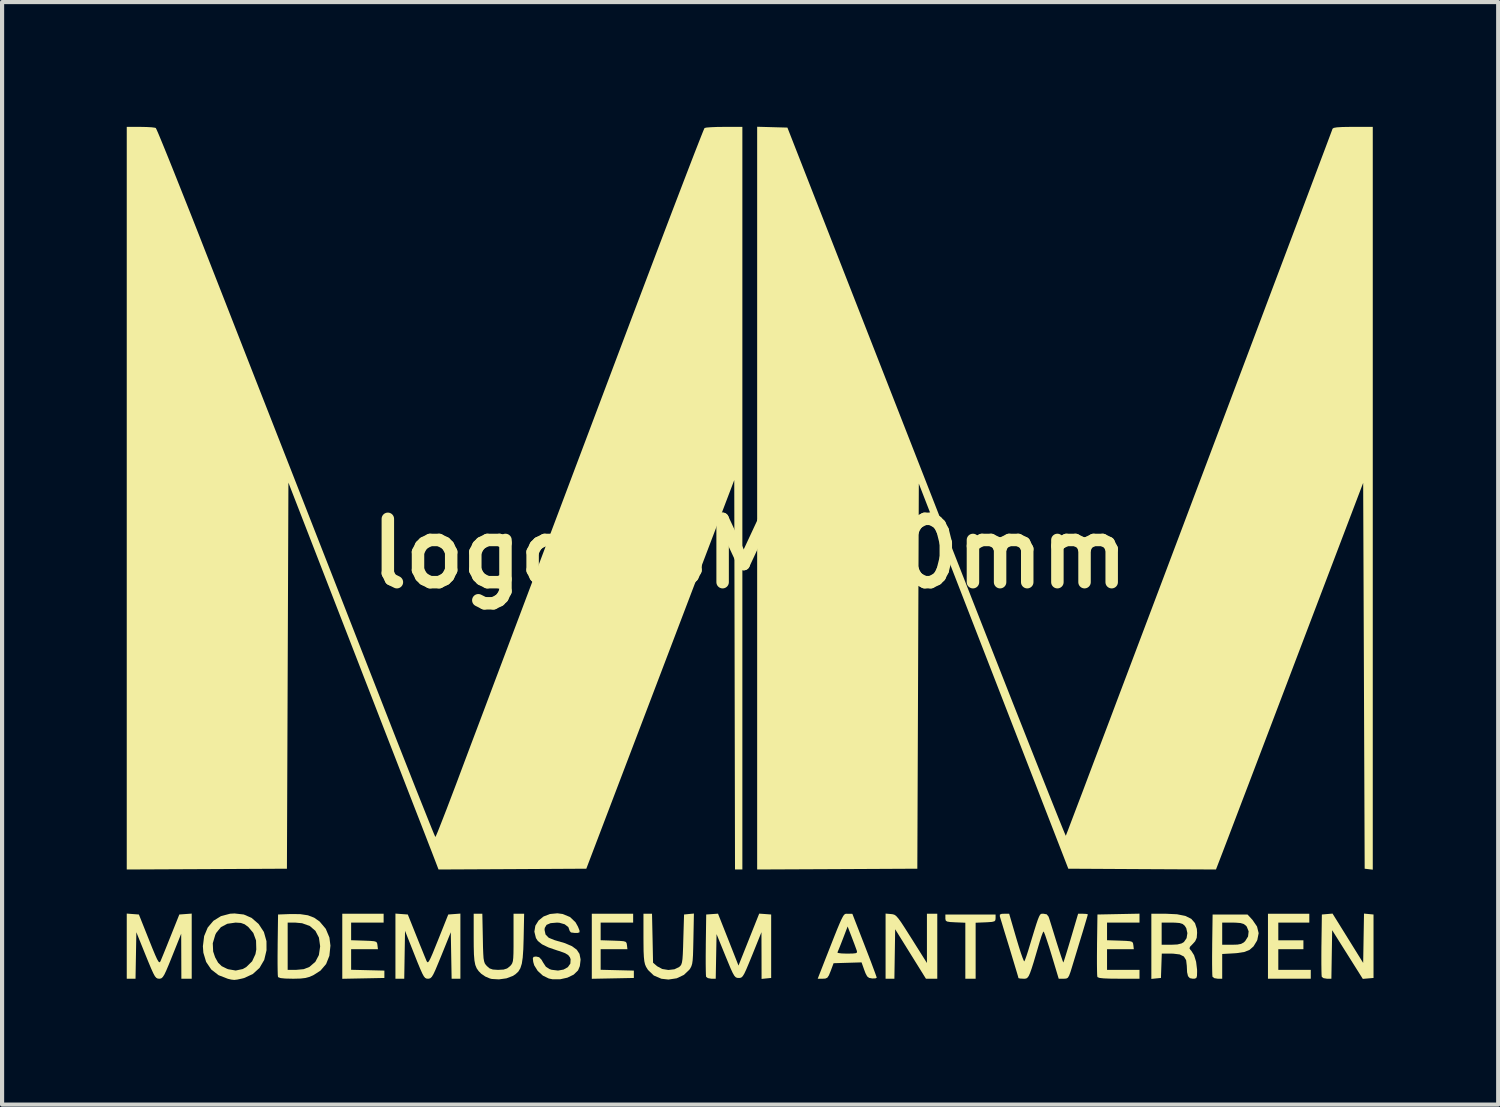
<source format=kicad_pcb>
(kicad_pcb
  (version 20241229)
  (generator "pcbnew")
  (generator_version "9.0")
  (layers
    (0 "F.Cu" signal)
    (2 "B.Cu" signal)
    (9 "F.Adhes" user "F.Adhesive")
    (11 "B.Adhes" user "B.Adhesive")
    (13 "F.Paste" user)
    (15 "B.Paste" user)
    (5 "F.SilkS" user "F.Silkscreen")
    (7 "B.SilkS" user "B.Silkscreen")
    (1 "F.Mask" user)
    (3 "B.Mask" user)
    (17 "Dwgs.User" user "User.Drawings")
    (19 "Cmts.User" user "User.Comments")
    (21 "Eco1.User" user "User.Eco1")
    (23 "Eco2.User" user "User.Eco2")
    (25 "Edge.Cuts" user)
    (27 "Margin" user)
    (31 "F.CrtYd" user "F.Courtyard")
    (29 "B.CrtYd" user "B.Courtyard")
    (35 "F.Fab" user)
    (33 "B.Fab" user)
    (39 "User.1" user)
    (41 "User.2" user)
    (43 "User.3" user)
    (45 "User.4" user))
  (footprint "logoMoMu30mm"
    (layer "F.Cu")
    (at 14.991 10.269)
    (property "Reference" "logoMoMu30mm" (at 0 0 0) (layer "F.SilkS") (effects (font (size 1.524 1.524) (thickness 0.3))))
    (attr board_only exclude_from_pos_files exclude_from_bom)
    (fp_poly (pts (xy 13.464 8.881) (xy 12.718 8.881) (xy 12.718 9.307) (xy 13.322 9.307) (xy 13.322 9.521) (xy 12.718 9.521) (xy 12.718 10.018) (xy 13.499 10.018) (xy 13.499 10.231) (xy 12.469 10.231) (xy 12.469 8.668) (xy 13.464 8.668)) (stroke (width 0) (type solid)) (fill yes) (layer "F.SilkS"))
    (fp_poly (pts (xy 3.399 8.675) (xy 3.445 8.681) (xy 3.486 8.695) (xy 3.527 8.726) (xy 3.576 8.782) (xy 3.64 8.87) (xy 3.725 9) (xy 3.838 9.178) (xy 3.896 9.269) (xy 4.263 9.853) (xy 4.263 8.668) (xy 4.512 8.668) (xy 4.512 10.231) (xy 4.239 10.231) (xy 3.499 9.041) (xy 3.48 10.231) (xy 3.268 10.231) (xy 3.268 8.664)) (stroke (width 0) (type solid)) (fill yes) (layer "F.SilkS"))
    (fp_poly (pts (xy 5.915 8.775) (xy 5.91 8.822) (xy 5.887 8.849) (xy 5.829 8.864) (xy 5.72 8.872) (xy 5.675 8.874) (xy 5.435 8.884) (xy 5.435 10.231) (xy 5.187 10.231) (xy 5.187 8.884) (xy 4.947 8.874) (xy 4.82 8.867) (xy 4.748 8.855) (xy 4.716 8.832) (xy 4.707 8.791) (xy 4.707 8.775) (xy 4.707 8.686) (xy 5.915 8.686)) (stroke (width 0) (type solid)) (fill yes) (layer "F.SilkS"))
    (fp_poly (pts (xy -8.81 8.881) (xy -9.592 8.881) (xy -9.592 9.305) (xy -9.281 9.315) (xy -9.132 9.321) (xy -9.04 9.329) (xy -8.99 9.344) (xy -8.968 9.372) (xy -8.959 9.417) (xy -8.959 9.423) (xy -8.947 9.521) (xy -9.592 9.521) (xy -9.592 10.016) (xy -9.192 10.026) (xy -8.792 10.036) (xy -8.792 10.213) (xy -9.299 10.223) (xy -9.805 10.233) (xy -9.805 8.668) (xy -8.81 8.668)) (stroke (width 0) (type solid)) (fill yes) (layer "F.SilkS"))
    (fp_poly (pts (xy -2.806 8.881) (xy -3.588 8.881) (xy -3.588 9.305) (xy -3.277 9.315) (xy -3.128 9.321) (xy -3.036 9.329) (xy -2.986 9.344) (xy -2.964 9.372) (xy -2.956 9.417) (xy -2.955 9.423) (xy -2.944 9.521) (xy -3.588 9.521) (xy -3.588 10.016) (xy -3.188 10.026) (xy -2.789 10.036) (xy -2.789 10.213) (xy -3.295 10.223) (xy -3.801 10.233) (xy -3.801 8.668) (xy -2.806 8.668)) (stroke (width 0) (type solid)) (fill yes) (layer "F.SilkS"))
    (fp_poly (pts (xy 14.895 8.675) (xy 15.009 8.686) (xy 15.009 10.213) (xy 14.88 10.224) (xy 14.751 10.235) (xy 14.014 9.064) (xy 13.995 10.231) (xy 13.888 10.231) (xy 13.807 10.218) (xy 13.764 10.186) (xy 13.759 10.138) (xy 13.756 10.03) (xy 13.754 9.874) (xy 13.754 9.682) (xy 13.755 9.464) (xy 13.756 9.413) (xy 13.766 8.686) (xy 13.894 8.675) (xy 14.023 8.664) (xy 14.392 9.258) (xy 14.76 9.851) (xy 14.78 8.664)) (stroke (width 0) (type solid)) (fill yes) (layer "F.SilkS"))
    (fp_poly (pts (xy 9.378 8.881) (xy 8.597 8.881) (xy 8.597 9.305) (xy 8.908 9.315) (xy 9.057 9.321) (xy 9.149 9.329) (xy 9.199 9.344) (xy 9.221 9.372) (xy 9.229 9.417) (xy 9.23 9.423) (xy 9.241 9.521) (xy 8.597 9.521) (xy 8.597 10.018) (xy 9.378 10.018) (xy 9.378 10.231) (xy 8.88 10.231) (xy 8.667 10.229) (xy 8.517 10.223) (xy 8.421 10.213) (xy 8.373 10.196) (xy 8.364 10.186) (xy 8.359 10.138) (xy 8.356 10.03) (xy 8.354 9.874) (xy 8.354 9.682) (xy 8.356 9.464) (xy 8.356 9.413) (xy 8.366 8.686) (xy 8.872 8.676) (xy 9.378 8.666)) (stroke (width 0) (type solid)) (fill yes) (layer "F.SilkS"))
    (fp_poly (pts (xy 0.371 8.675) (xy 0.515 8.686) (xy 0.515 10.213) (xy 0.4 10.224) (xy 0.284 10.236) (xy 0.283 9.674) (xy 0.281 9.112) (xy 0.059 9.663) (xy -0.024 9.865) (xy -0.085 10.01) (xy -0.131 10.108) (xy -0.168 10.169) (xy -0.2 10.2) (xy -0.234 10.212) (xy -0.266 10.213) (xy -0.306 10.21) (xy -0.339 10.195) (xy -0.372 10.159) (xy -0.411 10.091) (xy -0.461 9.983) (xy -0.527 9.824) (xy -0.584 9.686) (xy -0.799 9.158) (xy -0.819 10.231) (xy -0.926 10.231) (xy -1.007 10.217) (xy -1.05 10.186) (xy -1.055 10.138) (xy -1.058 10.03) (xy -1.06 9.874) (xy -1.06 9.682) (xy -1.058 9.464) (xy -1.058 9.413) (xy -1.048 8.686) (xy -0.764 8.666) (xy -0.517 9.29) (xy -0.271 9.915) (xy -0.022 9.29) (xy 0.227 8.665)) (stroke (width 0) (type solid)) (fill yes) (layer "F.SilkS"))
    (fp_poly (pts (xy -6.963 10.231) (xy -7.174 10.231) (xy -7.194 9.113) (xy -7.42 9.672) (xy -7.504 9.876) (xy -7.566 10.024) (xy -7.613 10.124) (xy -7.65 10.185) (xy -7.683 10.217) (xy -7.716 10.229) (xy -7.743 10.231) (xy -7.779 10.228) (xy -7.811 10.211) (xy -7.843 10.173) (xy -7.881 10.103) (xy -7.93 9.993) (xy -7.996 9.834) (xy -8.067 9.655) (xy -8.295 9.079) (xy -8.314 10.231) (xy -8.526 10.231) (xy -8.526 8.664) (xy -8.377 8.675) (xy -8.228 8.686) (xy -8.022 9.201) (xy -7.948 9.386) (xy -7.88 9.553) (xy -7.825 9.689) (xy -7.787 9.78) (xy -7.777 9.805) (xy -7.761 9.831) (xy -7.743 9.835) (xy -7.718 9.807) (xy -7.683 9.741) (xy -7.634 9.63) (xy -7.567 9.465) (xy -7.496 9.29) (xy -7.255 8.686) (xy -7.109 8.675) (xy -6.963 8.664)) (stroke (width 0) (type solid)) (fill yes) (layer "F.SilkS"))
    (fp_poly (pts (xy -1.356 9.278) (xy -1.361 9.503) (xy -1.366 9.669) (xy -1.374 9.787) (xy -1.386 9.87) (xy -1.404 9.929) (xy -1.428 9.977) (xy -1.45 10.01) (xy -1.584 10.139) (xy -1.758 10.221) (xy -1.956 10.251) (xy -2.127 10.232) (xy -2.309 10.154) (xy -2.448 10.021) (xy -2.496 9.944) (xy -2.52 9.886) (xy -2.537 9.811) (xy -2.548 9.709) (xy -2.555 9.567) (xy -2.557 9.372) (xy -2.558 9.245) (xy -2.558 8.668) (xy -2.352 8.668) (xy -2.339 9.257) (xy -2.327 9.846) (xy -2.227 9.932) (xy -2.106 9.997) (xy -1.958 10.021) (xy -1.812 10.004) (xy -1.7 9.95) (xy -1.669 9.922) (xy -1.647 9.888) (xy -1.631 9.837) (xy -1.619 9.757) (xy -1.611 9.638) (xy -1.604 9.468) (xy -1.599 9.284) (xy -1.581 8.686) (xy -1.462 8.674) (xy -1.344 8.663)) (stroke (width 0) (type solid)) (fill yes) (layer "F.SilkS"))
    (fp_poly (pts (xy 12.097 8.816) (xy 12.206 8.975) (xy 12.245 9.135) (xy 12.213 9.297) (xy 12.197 9.33) (xy 12.121 9.454) (xy 12.026 9.537) (xy 11.898 9.588) (xy 11.721 9.615) (xy 11.654 9.62) (xy 11.368 9.636) (xy 11.368 10.231) (xy 11.26 10.231) (xy 11.179 10.218) (xy 11.135 10.186) (xy 11.13 10.138) (xy 11.127 10.03) (xy 11.125 9.874) (xy 11.125 9.682) (xy 11.127 9.464) (xy 11.127 9.414) (xy 11.368 9.414) (xy 11.6 9.414) (xy 11.734 9.41) (xy 11.821 9.394) (xy 11.884 9.36) (xy 11.92 9.327) (xy 11.99 9.215) (xy 12.004 9.091) (xy 11.959 8.978) (xy 11.936 8.952) (xy 11.882 8.913) (xy 11.806 8.891) (xy 11.689 8.882) (xy 11.617 8.881) (xy 11.368 8.881) (xy 11.368 9.414) (xy 11.127 9.414) (xy 11.127 9.413) (xy 11.137 8.686) (xy 11.977 8.686)) (stroke (width 0) (type solid)) (fill yes) (layer "F.SilkS"))
    (fp_poly (pts (xy -13.428 10.231) (xy -13.677 10.231) (xy -13.679 9.689) (xy -13.681 9.148) (xy -13.898 9.689) (xy -13.979 9.89) (xy -14.04 10.034) (xy -14.086 10.131) (xy -14.123 10.189) (xy -14.155 10.219) (xy -14.189 10.23) (xy -14.212 10.231) (xy -14.248 10.227) (xy -14.28 10.21) (xy -14.314 10.171) (xy -14.353 10.099) (xy -14.404 9.987) (xy -14.472 9.824) (xy -14.534 9.672) (xy -14.76 9.113) (xy -14.77 9.672) (xy -14.78 10.231) (xy -14.991 10.231) (xy -14.991 8.664) (xy -14.845 8.675) (xy -14.699 8.686) (xy -14.458 9.29) (xy -14.373 9.502) (xy -14.309 9.655) (xy -14.263 9.757) (xy -14.23 9.815) (xy -14.207 9.836) (xy -14.19 9.828) (xy -14.177 9.805) (xy -14.151 9.742) (xy -14.103 9.626) (xy -14.041 9.473) (xy -13.97 9.295) (xy -13.932 9.201) (xy -13.726 8.686) (xy -13.577 8.675) (xy -13.428 8.664)) (stroke (width 0) (type solid)) (fill yes) (layer "F.SilkS"))
    (fp_poly (pts (xy -10.819 8.677) (xy -10.632 8.705) (xy -10.481 8.763) (xy -10.351 8.854) (xy -10.349 8.856) (xy -10.202 9.031) (xy -10.114 9.241) (xy -10.09 9.435) (xy -10.115 9.679) (xy -10.194 9.878) (xy -10.329 10.036) (xy -10.494 10.142) (xy -10.593 10.187) (xy -10.69 10.213) (xy -10.807 10.227) (xy -10.968 10.231) (xy -11.003 10.231) (xy -11.178 10.227) (xy -11.289 10.216) (xy -11.344 10.196) (xy -11.352 10.186) (xy -11.357 10.138) (xy -11.36 10.03) (xy -11.362 9.874) (xy -11.362 9.682) (xy -11.36 9.464) (xy -11.36 9.413) (xy -11.353 8.881) (xy -11.119 8.881) (xy -11.119 10.018) (xy -10.915 10.018) (xy -10.732 10.001) (xy -10.595 9.947) (xy -10.595 9.947) (xy -10.453 9.824) (xy -10.368 9.662) (xy -10.338 9.457) (xy -10.338 9.446) (xy -10.367 9.241) (xy -10.452 9.079) (xy -10.588 8.962) (xy -10.772 8.896) (xy -10.933 8.881) (xy -11.119 8.881) (xy -11.353 8.881) (xy -11.35 8.686) (xy -11.057 8.675)) (stroke (width 0) (type solid)) (fill yes) (layer "F.SilkS"))
    (fp_poly (pts (xy -6.423 9.251) (xy -6.419 9.468) (xy -6.413 9.626) (xy -6.406 9.736) (xy -6.393 9.81) (xy -6.376 9.861) (xy -6.35 9.899) (xy -6.326 9.926) (xy -6.26 9.983) (xy -6.182 10.01) (xy -6.065 10.018) (xy -6.049 10.018) (xy -5.923 10.011) (xy -5.839 9.984) (xy -5.771 9.931) (xy -5.739 9.896) (xy -5.716 9.859) (xy -5.7 9.808) (xy -5.691 9.731) (xy -5.686 9.617) (xy -5.684 9.454) (xy -5.684 9.256) (xy -5.684 8.668) (xy -5.429 8.668) (xy -5.441 9.263) (xy -5.449 9.522) (xy -5.463 9.721) (xy -5.485 9.869) (xy -5.52 9.979) (xy -5.569 10.06) (xy -5.637 10.123) (xy -5.703 10.165) (xy -5.854 10.222) (xy -6.035 10.247) (xy -6.208 10.237) (xy -6.252 10.226) (xy -6.363 10.179) (xy -6.458 10.114) (xy -6.46 10.113) (xy -6.524 10.048) (xy -6.571 9.981) (xy -6.604 9.9) (xy -6.625 9.793) (xy -6.637 9.648) (xy -6.642 9.454) (xy -6.643 9.256) (xy -6.643 8.668) (xy -6.435 8.668)) (stroke (width 0) (type solid)) (fill yes) (layer "F.SilkS"))
    (fp_poly (pts (xy -12.175 8.686) (xy -11.988 8.767) (xy -11.821 8.911) (xy -11.815 8.918) (xy -11.691 9.107) (xy -11.629 9.328) (xy -11.628 9.547) (xy -11.683 9.778) (xy -11.796 9.971) (xy -11.959 10.119) (xy -12.168 10.215) (xy -12.22 10.228) (xy -12.332 10.252) (xy -12.406 10.26) (xy -12.477 10.252) (xy -12.558 10.233) (xy -12.782 10.146) (xy -12.958 10.009) (xy -13.081 9.827) (xy -13.148 9.605) (xy -13.159 9.45) (xy -13.15 9.378) (xy -12.921 9.378) (xy -12.912 9.576) (xy -12.865 9.716) (xy -12.793 9.845) (xy -12.707 9.929) (xy -12.579 9.992) (xy -12.549 10.003) (xy -12.369 10.034) (xy -12.199 9.998) (xy -12.116 9.951) (xy -11.974 9.812) (xy -11.894 9.639) (xy -11.874 9.527) (xy -11.88 9.31) (xy -11.946 9.13) (xy -12.064 8.989) (xy -12.155 8.921) (xy -12.245 8.889) (xy -12.368 8.881) (xy -12.373 8.881) (xy -12.571 8.909) (xy -12.726 8.991) (xy -12.839 9.13) (xy -12.861 9.175) (xy -12.921 9.378) (xy -13.15 9.378) (xy -13.129 9.206) (xy -13.043 9) (xy -12.906 8.838) (xy -12.724 8.725) (xy -12.504 8.667) (xy -12.397 8.661)) (stroke (width 0) (type solid)) (fill yes) (layer "F.SilkS"))
    (fp_poly (pts (xy 10.28 8.68) (xy 10.48 8.72) (xy 10.623 8.79) (xy 10.713 8.893) (xy 10.758 9.033) (xy 10.764 9.128) (xy 10.755 9.246) (xy 10.718 9.329) (xy 10.661 9.393) (xy 10.597 9.458) (xy 10.58 9.499) (xy 10.604 9.538) (xy 10.623 9.557) (xy 10.691 9.665) (xy 10.74 9.823) (xy 10.763 10.012) (xy 10.764 10.062) (xy 10.761 10.164) (xy 10.745 10.214) (xy 10.705 10.23) (xy 10.661 10.231) (xy 10.59 10.218) (xy 10.545 10.169) (xy 10.523 10.074) (xy 10.516 9.921) (xy 10.516 9.92) (xy 10.5 9.785) (xy 10.446 9.697) (xy 10.346 9.647) (xy 10.19 9.628) (xy 10.144 9.627) (xy 9.914 9.627) (xy 9.904 9.92) (xy 9.894 10.213) (xy 9.778 10.224) (xy 9.663 10.236) (xy 9.663 9.414) (xy 9.911 9.414) (xy 10.138 9.414) (xy 10.289 9.407) (xy 10.39 9.382) (xy 10.447 9.348) (xy 10.511 9.255) (xy 10.53 9.134) (xy 10.503 9.014) (xy 10.464 8.954) (xy 10.414 8.913) (xy 10.343 8.891) (xy 10.233 8.882) (xy 10.154 8.881) (xy 9.911 8.881) (xy 9.911 9.414) (xy 9.663 9.414) (xy 9.663 8.668) (xy 10.019 8.668)) (stroke (width 0) (type solid)) (fill yes) (layer "F.SilkS"))
    (fp_poly (pts (xy 2.359 8.669) (xy 2.469 8.67) (xy 2.762 9.424) (xy 2.846 9.642) (xy 2.921 9.837) (xy 2.982 10.001) (xy 3.027 10.123) (xy 3.052 10.194) (xy 3.055 10.207) (xy 3.024 10.223) (xy 2.949 10.225) (xy 2.94 10.224) (xy 2.871 10.211) (xy 2.825 10.175) (xy 2.785 10.1) (xy 2.757 10.026) (xy 2.69 9.838) (xy 2.353 9.848) (xy 2.017 9.858) (xy 1.947 10.045) (xy 1.904 10.151) (xy 1.866 10.207) (xy 1.817 10.228) (xy 1.756 10.231) (xy 1.635 10.231) (xy 1.701 10.062) (xy 1.834 9.722) (xy 1.882 9.6) (xy 2.108 9.6) (xy 2.132 9.613) (xy 2.211 9.623) (xy 2.328 9.627) (xy 2.345 9.627) (xy 2.476 9.625) (xy 2.55 9.617) (xy 2.58 9.6) (xy 2.579 9.569) (xy 2.578 9.565) (xy 2.556 9.503) (xy 2.517 9.396) (xy 2.467 9.265) (xy 2.457 9.238) (xy 2.355 8.974) (xy 2.24 9.274) (xy 2.187 9.41) (xy 2.143 9.52) (xy 2.114 9.588) (xy 2.108 9.6) (xy 1.882 9.6) (xy 1.944 9.442) (xy 2.033 9.216) (xy 2.104 9.039) (xy 2.16 8.905) (xy 2.204 8.807) (xy 2.238 8.741) (xy 2.265 8.699) (xy 2.289 8.677) (xy 2.31 8.669) (xy 2.334 8.668)) (stroke (width 0) (type solid)) (fill yes) (layer "F.SilkS"))
    (fp_poly (pts (xy -4.502 8.674) (xy -4.324 8.747) (xy -4.192 8.874) (xy -4.134 8.978) (xy -4.097 9.07) (xy -4.096 9.115) (xy -4.14 9.129) (xy -4.21 9.13) (xy -4.302 9.118) (xy -4.334 9.081) (xy -4.334 9.077) (xy -4.366 8.988) (xy -4.454 8.921) (xy -4.58 8.885) (xy -4.638 8.881) (xy -4.793 8.894) (xy -4.889 8.935) (xy -4.933 9.009) (xy -4.938 9.057) (xy -4.914 9.167) (xy -4.837 9.246) (xy -4.699 9.302) (xy -4.679 9.308) (xy -4.446 9.376) (xy -4.277 9.449) (xy -4.163 9.533) (xy -4.097 9.634) (xy -4.072 9.759) (xy -4.071 9.779) (xy -4.089 9.928) (xy -4.132 10.031) (xy -4.237 10.133) (xy -4.388 10.206) (xy -4.565 10.245) (xy -4.748 10.244) (xy -4.836 10.226) (xy -4.978 10.157) (xy -5.102 10.044) (xy -5.187 9.908) (xy -5.21 9.828) (xy -5.22 9.743) (xy -5.203 9.706) (xy -5.15 9.698) (xy -5.139 9.698) (xy -5.068 9.714) (xy -5.011 9.774) (xy -4.974 9.839) (xy -4.906 9.942) (xy -4.819 9.999) (xy -4.768 10.016) (xy -4.614 10.035) (xy -4.48 10.011) (xy -4.377 9.953) (xy -4.317 9.867) (xy -4.311 9.763) (xy -4.327 9.717) (xy -4.367 9.664) (xy -4.441 9.618) (xy -4.566 9.571) (xy -4.626 9.553) (xy -4.843 9.479) (xy -4.998 9.404) (xy -5.099 9.323) (xy -5.145 9.253) (xy -5.183 9.099) (xy -5.159 8.955) (xy -5.082 8.831) (xy -4.962 8.734) (xy -4.808 8.674) (xy -4.628 8.657)) (stroke (width 0) (type solid)) (fill yes) (layer "F.SilkS"))
    (fp_poly (pts (xy 0.542 -10.259) (xy 0.906 -10.249) (xy 4.245 -1.717) (xy 4.537 -0.97) (xy 4.823 -0.242) (xy 5.101 0.467) (xy 5.37 1.152) (xy 5.629 1.812) (xy 5.877 2.442) (xy 6.113 3.042) (xy 6.335 3.607) (xy 6.544 4.135) (xy 6.737 4.624) (xy 6.914 5.071) (xy 7.073 5.472) (xy 7.213 5.825) (xy 7.334 6.128) (xy 7.434 6.378) (xy 7.512 6.571) (xy 7.567 6.705) (xy 7.598 6.778) (xy 7.605 6.791) (xy 7.618 6.757) (xy 7.656 6.66) (xy 7.715 6.503) (xy 7.796 6.29) (xy 7.897 6.024) (xy 8.017 5.709) (xy 8.153 5.347) (xy 8.306 4.942) (xy 8.474 4.499) (xy 8.656 4.019) (xy 8.849 3.506) (xy 9.054 2.964) (xy 9.268 2.397) (xy 9.491 1.807) (xy 9.721 1.198) (xy 9.957 0.573) (xy 10.197 -0.064) (xy 10.441 -0.71) (xy 10.686 -1.361) (xy 10.933 -2.015) (xy 11.179 -2.667) (xy 11.423 -3.314) (xy 11.664 -3.954) (xy 11.901 -4.582) (xy 12.132 -5.195) (xy 12.356 -5.79) (xy 12.572 -6.364) (xy 12.779 -6.912) (xy 12.975 -7.432) (xy 13.159 -7.92) (xy 13.329 -8.373) (xy 13.485 -8.788) (xy 13.625 -9.161) (xy 13.748 -9.488) (xy 13.853 -9.766) (xy 13.938 -9.993) (xy 14.002 -10.164) (xy 14.023 -10.222) (xy 14.053 -10.242) (xy 14.129 -10.255) (xy 14.259 -10.263) (xy 14.451 -10.266) (xy 14.516 -10.267) (xy 14.991 -10.267) (xy 14.991 7.607) (xy 14.894 7.596) (xy 14.796 7.584) (xy 14.778 2.942) (xy 14.76 -1.7) (xy 13.109 2.64) (xy 12.905 3.178) (xy 12.706 3.701) (xy 12.514 4.206) (xy 12.331 4.687) (xy 12.158 5.142) (xy 11.997 5.565) (xy 11.849 5.952) (xy 11.717 6.299) (xy 11.602 6.601) (xy 11.505 6.856) (xy 11.428 7.057) (xy 11.373 7.201) (xy 11.341 7.284) (xy 11.338 7.292) (xy 11.218 7.603) (xy 9.442 7.594) (xy 7.665 7.584) (xy 5.867 2.951) (xy 4.068 -1.682) (xy 4.05 2.951) (xy 4.032 7.584) (xy 2.105 7.594) (xy 0.178 7.603) (xy 0.178 -10.269)) (stroke (width 0) (type solid)) (fill yes) (layer "F.SilkS"))
    (fp_poly (pts (xy 7.058 8.668) (xy 7.071 8.668) (xy 7.146 8.682) (xy 7.189 8.736) (xy 7.206 8.783) (xy 7.23 8.86) (xy 7.27 8.988) (xy 7.32 9.15) (xy 7.376 9.331) (xy 7.388 9.37) (xy 7.442 9.54) (xy 7.488 9.682) (xy 7.523 9.785) (xy 7.542 9.837) (xy 7.545 9.84) (xy 7.558 9.808) (xy 7.587 9.719) (xy 7.629 9.583) (xy 7.681 9.412) (xy 7.728 9.254) (xy 7.901 8.668) (xy 8.018 8.668) (xy 8.097 8.672) (xy 8.135 8.682) (xy 8.135 8.683) (xy 8.125 8.721) (xy 8.098 8.813) (xy 8.058 8.948) (xy 8.009 9.112) (xy 7.996 9.154) (xy 7.933 9.36) (xy 7.868 9.575) (xy 7.807 9.775) (xy 7.763 9.92) (xy 7.718 10.066) (xy 7.684 10.158) (xy 7.654 10.207) (xy 7.617 10.227) (xy 7.565 10.231) (xy 7.552 10.231) (xy 7.434 10.231) (xy 7.263 9.663) (xy 7.205 9.474) (xy 7.152 9.313) (xy 7.11 9.188) (xy 7.08 9.112) (xy 7.07 9.094) (xy 7.05 9.126) (xy 7.018 9.21) (xy 6.98 9.33) (xy 6.968 9.37) (xy 6.89 9.634) (xy 6.83 9.837) (xy 6.782 9.988) (xy 6.744 10.095) (xy 6.713 10.165) (xy 6.683 10.205) (xy 6.654 10.225) (xy 6.619 10.231) (xy 6.586 10.231) (xy 6.505 10.227) (xy 6.466 10.217) (xy 6.465 10.215) (xy 6.456 10.178) (xy 6.428 10.083) (xy 6.385 9.941) (xy 6.331 9.762) (xy 6.269 9.556) (xy 6.251 9.496) (xy 6.185 9.281) (xy 6.125 9.086) (xy 6.076 8.923) (xy 6.039 8.803) (xy 6.019 8.737) (xy 6.017 8.73) (xy 6.018 8.688) (xy 6.063 8.67) (xy 6.12 8.668) (xy 6.242 8.668) (xy 6.413 9.255) (xy 6.47 9.444) (xy 6.521 9.605) (xy 6.564 9.727) (xy 6.594 9.799) (xy 6.607 9.815) (xy 6.627 9.769) (xy 6.661 9.675) (xy 6.701 9.551) (xy 6.705 9.538) (xy 6.785 9.273) (xy 6.848 9.067) (xy 6.896 8.914) (xy 6.933 8.806) (xy 6.962 8.735) (xy 6.985 8.693) (xy 7.007 8.673) (xy 7.03 8.667)) (stroke (width 0) (type solid)) (fill yes) (layer "F.SilkS"))
    (fp_poly (pts (xy -0.178 7.602) (xy -0.355 7.602) (xy -0.364 2.918) (xy -0.373 -1.767) (xy -2.153 2.909) (xy -3.933 7.584) (xy -5.711 7.594) (xy -7.489 7.603) (xy -7.581 7.363) (xy -7.605 7.301) (xy -7.653 7.176) (xy -7.724 6.994) (xy -7.815 6.758) (xy -7.926 6.472) (xy -8.055 6.141) (xy -8.2 5.768) (xy -8.359 5.358) (xy -8.531 4.914) (xy -8.715 4.441) (xy -8.908 3.944) (xy -9.109 3.425) (xy -9.317 2.89) (xy -9.387 2.708) (xy -11.101 -1.706) (xy -11.119 2.939) (xy -11.137 7.584) (xy -13.064 7.594) (xy -14.991 7.603) (xy -14.991 -10.267) (xy -14.663 -10.266) (xy -14.514 -10.263) (xy -14.39 -10.256) (xy -14.31 -10.245) (xy -14.293 -10.239) (xy -14.274 -10.203) (xy -14.231 -10.105) (xy -14.167 -9.951) (xy -14.082 -9.744) (xy -13.979 -9.49) (xy -13.86 -9.194) (xy -13.727 -8.86) (xy -13.581 -8.493) (xy -13.424 -8.098) (xy -13.259 -7.679) (xy -13.09 -7.247) (xy -12.629 -6.071) (xy -12.194 -4.958) (xy -11.781 -3.903) (xy -11.389 -2.903) (xy -11.017 -1.954) (xy -10.664 -1.052) (xy -10.328 -0.193) (xy -10.007 0.626) (xy -9.701 1.41) (xy -9.407 2.162) (xy -9.124 2.885) (xy -8.85 3.585) (xy -8.665 4.058) (xy -8.5 4.48) (xy -8.342 4.881) (xy -8.193 5.258) (xy -8.056 5.606) (xy -7.931 5.92) (xy -7.821 6.195) (xy -7.729 6.426) (xy -7.655 6.609) (xy -7.602 6.738) (xy -7.571 6.808) (xy -7.564 6.82) (xy -7.548 6.788) (xy -7.509 6.697) (xy -7.452 6.553) (xy -7.378 6.364) (xy -7.29 6.138) (xy -7.192 5.88) (xy -7.085 5.599) (xy -7.06 5.533) (xy -6.956 5.255) (xy -6.831 4.922) (xy -6.689 4.544) (xy -6.534 4.134) (xy -6.371 3.702) (xy -6.205 3.259) (xy -6.038 2.816) (xy -5.876 2.386) (xy -5.78 2.131) (xy -5.672 1.845) (xy -5.541 1.498) (xy -5.39 1.097) (xy -5.22 0.646) (xy -5.034 0.153) (xy -4.834 -0.378) (xy -4.622 -0.94) (xy -4.401 -1.527) (xy -4.172 -2.135) (xy -3.938 -2.755) (xy -3.701 -3.384) (xy -3.463 -4.015) (xy -3.227 -4.642) (xy -3.055 -5.098) (xy -2.837 -5.676) (xy -2.625 -6.236) (xy -2.421 -6.775) (xy -2.227 -7.288) (xy -2.043 -7.772) (xy -1.871 -8.224) (xy -1.712 -8.639) (xy -1.568 -9.015) (xy -1.44 -9.348) (xy -1.33 -9.633) (xy -1.238 -9.868) (xy -1.167 -10.049) (xy -1.118 -10.171) (xy -1.091 -10.233) (xy -1.087 -10.239) (xy -1.038 -10.25) (xy -0.933 -10.258) (xy -0.788 -10.264) (xy -0.617 -10.266) (xy -0.613 -10.266) (xy -0.178 -10.267)) (stroke (width 0) (type solid)) (fill yes) (layer "F.SilkS")))
  (gr_rect
    (start -3 -3)
    (end 33 23.529)
    (stroke (width 0.1) (type default))
    (fill no)
    (layer "Edge.Cuts")))
</source>
